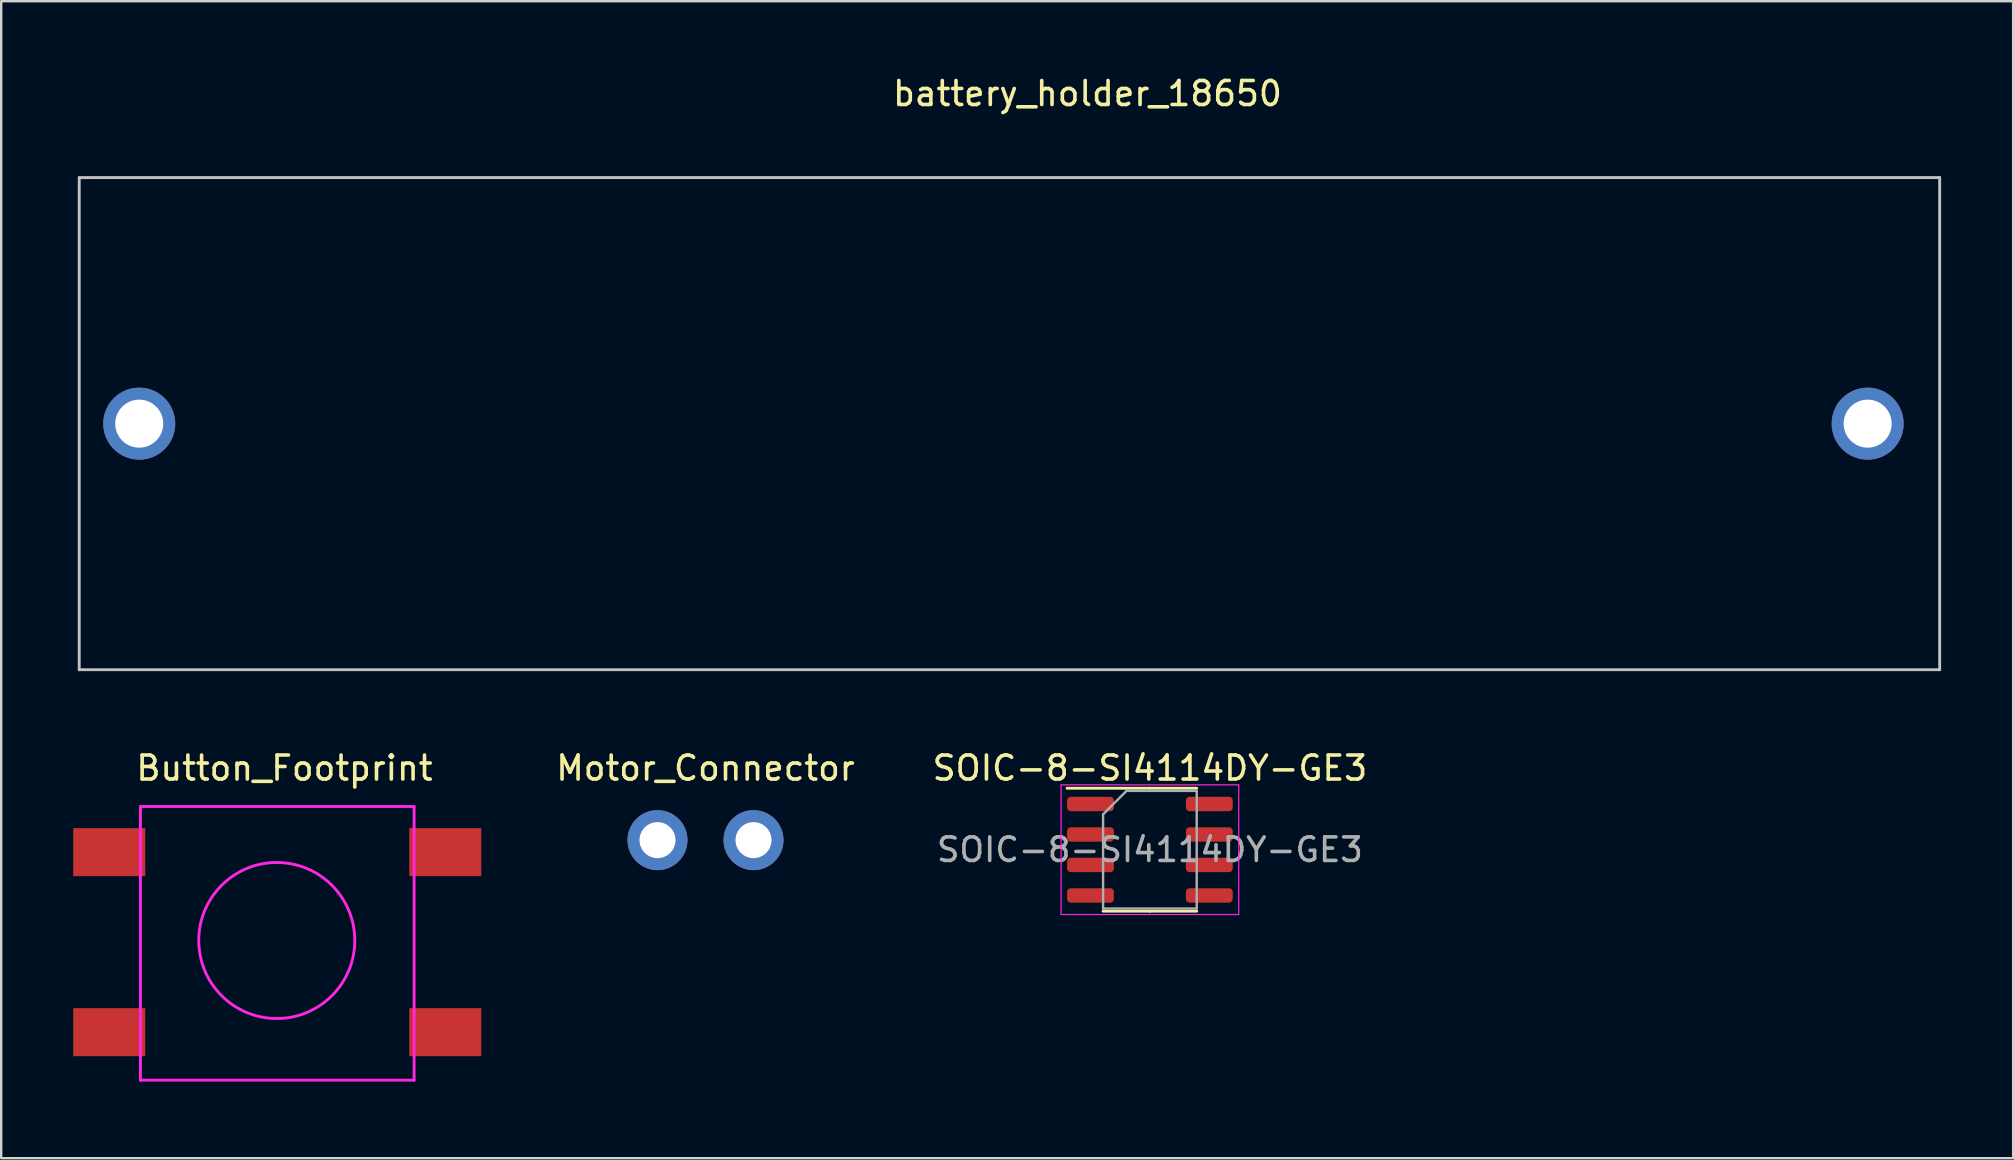
<source format=kicad_pcb>
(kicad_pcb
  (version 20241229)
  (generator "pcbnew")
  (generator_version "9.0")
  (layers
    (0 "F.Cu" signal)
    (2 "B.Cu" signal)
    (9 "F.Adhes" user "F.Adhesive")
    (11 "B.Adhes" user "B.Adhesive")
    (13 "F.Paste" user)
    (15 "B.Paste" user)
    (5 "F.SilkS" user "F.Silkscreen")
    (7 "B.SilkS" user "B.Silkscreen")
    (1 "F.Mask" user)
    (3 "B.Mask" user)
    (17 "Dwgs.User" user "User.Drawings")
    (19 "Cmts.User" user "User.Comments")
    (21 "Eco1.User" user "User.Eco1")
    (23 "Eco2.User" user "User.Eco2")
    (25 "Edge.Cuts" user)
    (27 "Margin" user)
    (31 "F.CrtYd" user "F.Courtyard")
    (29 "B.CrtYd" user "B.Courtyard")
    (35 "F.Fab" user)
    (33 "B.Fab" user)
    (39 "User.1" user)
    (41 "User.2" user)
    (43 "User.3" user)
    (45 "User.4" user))
  (footprint "Button_Footprint"
    (layer "F.Cu")
    (at 2.8 41.947)
    (property "Reference" "Button_Footprint" (at 6 -13 0) (layer "F.SilkS") (effects (font (size 1 1) (thickness 0.15))))
    (attr through_hole)
    (fp_line (start 0 -11.4) (end 11.4 -11.4) (stroke (width 0.12) (type solid)) (layer "F.CrtYd"))
    (fp_line (start 0 0) (end 0 -11.4) (stroke (width 0.12) (type solid)) (layer "F.CrtYd"))
    (fp_line (start 11.4 -11.4) (end 11.4 0) (stroke (width 0.12) (type solid)) (layer "F.CrtYd"))
    (fp_line (start 11.4 0) (end 0 0) (stroke (width 0.12) (type solid)) (layer "F.CrtYd"))
    (fp_circle (center 5.679 -5.819) (end 8.929 -5.819) (stroke (width 0.12) (type solid)) (fill no) (layer "F.CrtYd"))
    (pad "1" smd rect (at -1.3 -9.5) (size 3 2) (layers "F.Cu" "F.Mask" "F.Paste"))
    (pad "1" smd rect (at 12.7 -9.5) (size 3 2) (layers "F.Cu" "F.Mask" "F.Paste"))
    (pad "2" smd rect (at -1.3 -2) (size 3 2) (layers "F.Cu" "F.Mask" "F.Paste"))
    (pad "2" smd rect (at 12.7 -2) (size 3 2) (layers "F.Cu" "F.Mask" "F.Paste")))
  (footprint "battery_holder_18650"
    (layer "F.Cu")
    (at 0.25 24.848)
    (property "Reference" "battery_holder_18650" (at 42 -24 0) (layer "F.SilkS") (effects (font (size 1 1) (thickness 0.15))))
    (attr through_hole)
    (fp_line (start 0 -20.5) (end 0 0) (stroke (width 0.12) (type solid)) (layer "Dwgs.User"))
    (fp_line (start 0 -20.5) (end 77.5 -20.5) (stroke (width 0.12) (type solid)) (layer "Dwgs.User"))
    (fp_line (start 0 0) (end 77.5 0) (stroke (width 0.12) (type solid)) (layer "Dwgs.User"))
    (fp_line (start 77.5 -20.5) (end 77.5 0) (stroke (width 0.12) (type solid)) (layer "Dwgs.User"))
    (pad "1" thru_hole circle (at 2.5 -10.25) (size 3 3) (drill 2) (layers "*.Cu" "*.Mask"))
    (pad "2" thru_hole circle (at 74.5 -10.25) (size 3 3) (drill 2) (layers "*.Cu" "*.Mask")))
  (footprint "SOIC-8-SI4114DY-GE3"
    (layer "F.Cu")
    (at 44.851 32.346)
    (property "Reference" "SOIC-8-SI4114DY-GE3" (at 0 -3.4 0) (layer "F.SilkS") (effects (font (size 1 1) (thickness 0.15))))
    (attr smd)
    (fp_line (start 0 -2.56) (end -3.45 -2.56) (stroke (width 0.12) (type solid)) (layer "F.SilkS"))
    (fp_line (start 0 -2.56) (end 1.95 -2.56) (stroke (width 0.12) (type solid)) (layer "F.SilkS"))
    (fp_line (start 0 2.56) (end -1.95 2.56) (stroke (width 0.12) (type solid)) (layer "F.SilkS"))
    (fp_line (start 0 2.56) (end 1.95 2.56) (stroke (width 0.12) (type solid)) (layer "F.SilkS"))
    (fp_line (start -3.7 -2.7) (end -3.7 2.7) (stroke (width 0.05) (type solid)) (layer "F.CrtYd"))
    (fp_line (start -3.7 2.7) (end 3.7 2.7) (stroke (width 0.05) (type solid)) (layer "F.CrtYd"))
    (fp_line (start 3.7 -2.7) (end -3.7 -2.7) (stroke (width 0.05) (type solid)) (layer "F.CrtYd"))
    (fp_line (start 3.7 2.7) (end 3.7 -2.7) (stroke (width 0.05) (type solid)) (layer "F.CrtYd"))
    (fp_line (start -1.95 -1.475) (end -0.975 -2.45) (stroke (width 0.1) (type solid)) (layer "F.Fab"))
    (fp_line (start -1.95 2.45) (end -1.95 -1.475) (stroke (width 0.1) (type solid)) (layer "F.Fab"))
    (fp_line (start -0.975 -2.45) (end 1.95 -2.45) (stroke (width 0.1) (type solid)) (layer "F.Fab"))
    (fp_line (start 1.95 -2.45) (end 1.95 2.45) (stroke (width 0.1) (type solid)) (layer "F.Fab"))
    (fp_line (start 1.95 2.45) (end -1.95 2.45) (stroke (width 0.1) (type solid)) (layer "F.Fab"))
    (fp_text user "${REFERENCE}" (at 0 0 0) (layer "F.Fab") (effects (font (size 0.98 0.98) (thickness 0.15))))
    (pad "1" smd roundrect (at 2.475 -1.905) (size 1.95 0.6) (layers "F.Cu" "F.Mask" "F.Paste") (roundrect_rratio 0.25))
    (pad "1" smd roundrect (at 2.475 -0.635) (size 1.95 0.6) (layers "F.Cu" "F.Mask" "F.Paste") (roundrect_rratio 0.25))
    (pad "1" smd roundrect (at 2.475 0.635) (size 1.95 0.6) (layers "F.Cu" "F.Mask" "F.Paste") (roundrect_rratio 0.25))
    (pad "1" smd roundrect (at 2.475 1.905) (size 1.95 0.6) (layers "F.Cu" "F.Mask" "F.Paste") (roundrect_rratio 0.25))
    (pad "2" smd roundrect (at -2.475 1.905) (size 1.95 0.6) (layers "F.Cu" "F.Mask" "F.Paste") (roundrect_rratio 0.25))
    (pad "3" smd roundrect (at -2.475 -1.905) (size 1.95 0.6) (layers "F.Cu" "F.Mask" "F.Paste") (roundrect_rratio 0.25))
    (pad "3" smd roundrect (at -2.475 -0.635) (size 1.95 0.6) (layers "F.Cu" "F.Mask" "F.Paste") (roundrect_rratio 0.25))
    (pad "3" smd roundrect (at -2.475 0.635) (size 1.95 0.6) (layers "F.Cu" "F.Mask" "F.Paste") (roundrect_rratio 0.25)))
  (footprint "Motor_Connector"
    (layer "F.Cu")
    (at 26.339 31.947)
    (property "Reference" "Motor_Connector" (at 0 -3 0) (layer "F.SilkS") (effects (font (size 1 1) (thickness 0.15))))
    (attr through_hole)
    (pad "1" thru_hole circle (at -2 0) (size 2.5 2.5) (drill 1.5) (layers "*.Cu" "*.Mask"))
    (pad "2" thru_hole circle (at 2 0) (size 2.5 2.5) (drill 1.5) (layers "*.Cu" "*.Mask")))
  (gr_rect
    (start -3 -3)
    (end 80.81 45.197)
    (stroke (width 0.1) (type default))
    (fill no)
    (layer "Edge.Cuts")))
</source>
